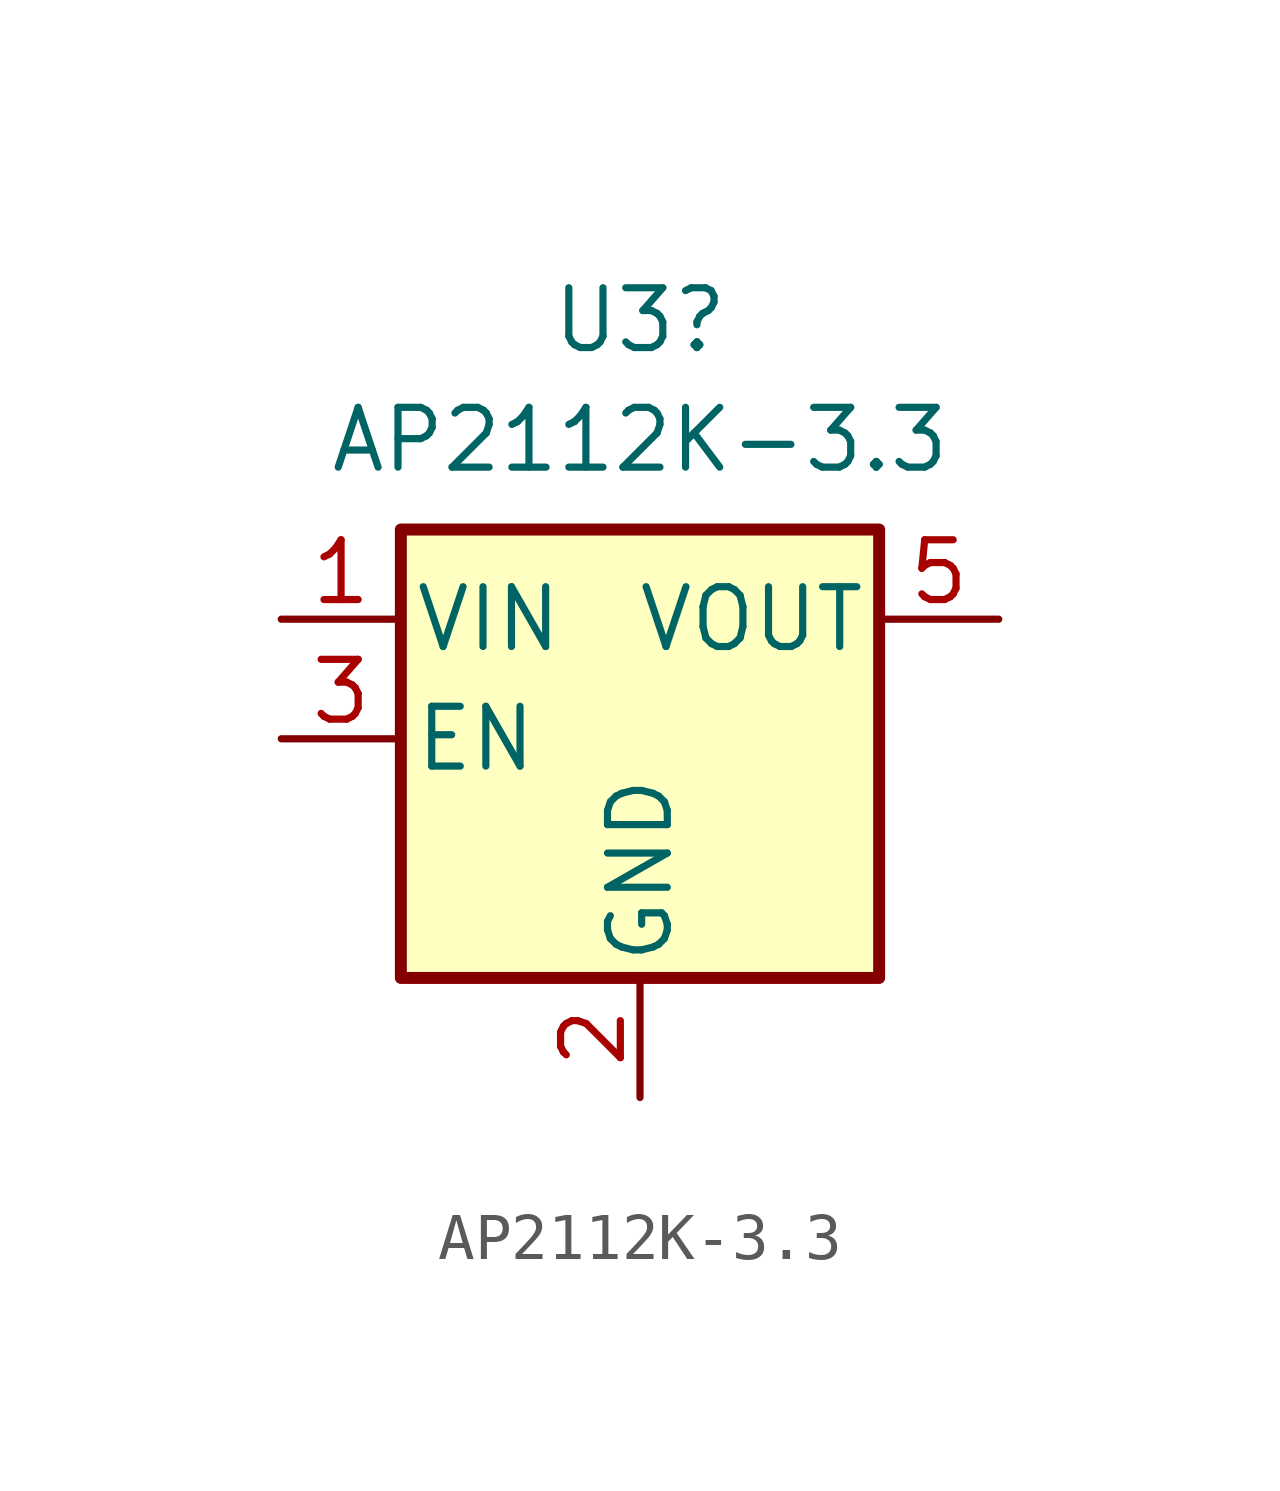
<source format=kicad_sym>
(kicad_symbol_lib
  (version 20220914)
  (generator kicad_symbol_editor)
  (symbol "AP2112K-3.3"
    (pin_names
      (offset 0.254))
    (property "Reference" "U3"
      (at 0 8.89 0)
      (effects (font (size 1.27 1.27))))
    (property "Value" "AP2112K-3.3"
      (at 0 6.35 0)
      (effects (font (size 1.27 1.27))))
    (symbol "AP2112K-3.3_1_1"
      (rectangle (start -5.08 4.445) (end 5.08 -5.08) (stroke (width 0.254) (type default)) (fill (type background)))
      (pin power_in line (at -7.62 2.54 0) (length 2.54) (name "VIN" (effects (font (size 1.27 1.27)))) (number "1" (effects (font (size 1.27 1.27)))))
      (pin power_in line (at 0 -7.62 90) (length 2.54) (name "GND" (effects (font (size 1.27 1.27)))) (number "2" (effects (font (size 1.27 1.27)))))
      (pin input line (at -7.62 0 0) (length 2.54) (name "EN" (effects (font (size 1.27 1.27)))) (number "3" (effects (font (size 1.27 1.27)))))
      (pin no_connect line (at 5.08 0 180) (length 2.54) hide (name "NC" (effects (font (size 1.27 1.27)))) (number "4" (effects (font (size 1.27 1.27)))))
      (pin power_out line (at 7.62 2.54 180) (length 2.54) (name "VOUT" (effects (font (size 1.27 1.27)))) (number "5" (effects (font (size 1.27 1.27))))))))
</source>
